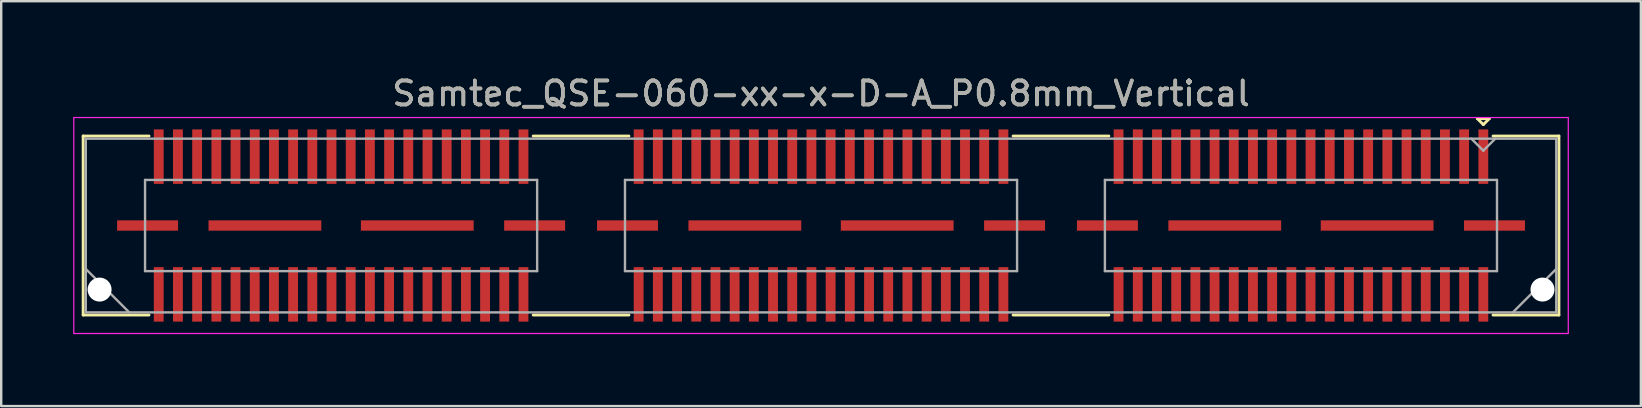
<source format=kicad_pcb>
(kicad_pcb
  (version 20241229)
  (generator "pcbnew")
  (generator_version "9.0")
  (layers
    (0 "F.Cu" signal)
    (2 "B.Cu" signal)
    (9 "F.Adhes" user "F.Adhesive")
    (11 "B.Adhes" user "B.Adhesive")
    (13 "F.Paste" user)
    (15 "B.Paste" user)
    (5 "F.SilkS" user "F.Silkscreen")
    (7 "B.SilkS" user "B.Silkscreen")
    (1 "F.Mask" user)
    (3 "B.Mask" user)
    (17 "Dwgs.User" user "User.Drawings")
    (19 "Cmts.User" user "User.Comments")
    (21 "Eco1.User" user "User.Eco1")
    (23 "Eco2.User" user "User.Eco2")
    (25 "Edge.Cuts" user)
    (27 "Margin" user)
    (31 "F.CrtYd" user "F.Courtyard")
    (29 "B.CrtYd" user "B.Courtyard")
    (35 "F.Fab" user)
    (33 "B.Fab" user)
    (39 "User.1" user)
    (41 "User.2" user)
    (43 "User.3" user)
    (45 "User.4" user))
  (footprint "Samtec_QSE-060-xx-x-D-A_P0.8mm_Vertical"
    (layer "F.Cu")
    (at 31.165 6.348)
    (property "Reference" "Samtec_QSE-060-xx-x-D-A_P0.8mm_Vertical" (at 0 -5.5 0) (layer "F.SilkS") (effects (font (size 1 1) (thickness 0.15))))
    (attr smd)
    (fp_line (start -30.75 -3.73) (end -28.005 -3.73) (stroke (width 0.12) (type solid)) (layer "F.SilkS"))
    (fp_line (start -30.75 3.73) (end -30.75 -3.73) (stroke (width 0.12) (type solid)) (layer "F.SilkS"))
    (fp_line (start -28.005 3.73) (end -30.75 3.73) (stroke (width 0.12) (type solid)) (layer "F.SilkS"))
    (fp_line (start -8.005 -3.73) (end -11.995 -3.73) (stroke (width 0.12) (type solid)) (layer "F.SilkS"))
    (fp_line (start -8.005 3.73) (end -11.995 3.73) (stroke (width 0.12) (type solid)) (layer "F.SilkS"))
    (fp_line (start 11.995 -3.73) (end 8.005 -3.73) (stroke (width 0.12) (type solid)) (layer "F.SilkS"))
    (fp_line (start 11.995 3.73) (end 8.005 3.73) (stroke (width 0.12) (type solid)) (layer "F.SilkS"))
    (fp_line (start 27.35 -4.455) (end 27.85 -4.455) (stroke (width 0.12) (type solid)) (layer "F.SilkS"))
    (fp_line (start 27.6 -4.205) (end 27.35 -4.455) (stroke (width 0.12) (type solid)) (layer "F.SilkS"))
    (fp_line (start 27.85 -4.455) (end 27.6 -4.205) (stroke (width 0.12) (type solid)) (layer "F.SilkS"))
    (fp_line (start 28.005 3.73) (end 30.75 3.73) (stroke (width 0.12) (type solid)) (layer "F.SilkS"))
    (fp_line (start 30.75 -3.73) (end 28.005 -3.73) (stroke (width 0.12) (type solid)) (layer "F.SilkS"))
    (fp_line (start 30.75 3.73) (end 30.75 -3.73) (stroke (width 0.12) (type solid)) (layer "F.SilkS"))
    (fp_line (start -31.14 -4.5) (end -31.14 4.5) (stroke (width 0.05) (type solid)) (layer "F.CrtYd"))
    (fp_line (start -31.14 4.5) (end 31.14 4.5) (stroke (width 0.05) (type solid)) (layer "F.CrtYd"))
    (fp_line (start 31.14 -4.5) (end -31.14 -4.5) (stroke (width 0.05) (type solid)) (layer "F.CrtYd"))
    (fp_line (start 31.14 4.5) (end 31.14 -4.5) (stroke (width 0.05) (type solid)) (layer "F.CrtYd"))
    (fp_line (start -30.64 -3.62) (end -30.64 3.62) (stroke (width 0.1) (type solid)) (layer "F.Fab"))
    (fp_line (start -30.64 1.81) (end -28.83 3.62) (stroke (width 0.1) (type solid)) (layer "F.Fab"))
    (fp_line (start -30.64 3.62) (end 30.64 3.62) (stroke (width 0.1) (type solid)) (layer "F.Fab"))
    (fp_line (start -28.17 -1.9) (end -28.17 1.9) (stroke (width 0.1) (type solid)) (layer "F.Fab"))
    (fp_line (start -28.17 1.9) (end -11.83 1.9) (stroke (width 0.1) (type solid)) (layer "F.Fab"))
    (fp_line (start -11.83 -1.9) (end -28.17 -1.9) (stroke (width 0.1) (type solid)) (layer "F.Fab"))
    (fp_line (start -11.83 1.9) (end -11.83 -1.9) (stroke (width 0.1) (type solid)) (layer "F.Fab"))
    (fp_line (start -8.17 -1.9) (end -8.17 1.9) (stroke (width 0.1) (type solid)) (layer "F.Fab"))
    (fp_line (start -8.17 1.9) (end 8.17 1.9) (stroke (width 0.1) (type solid)) (layer "F.Fab"))
    (fp_line (start 8.17 -1.9) (end -8.17 -1.9) (stroke (width 0.1) (type solid)) (layer "F.Fab"))
    (fp_line (start 8.17 1.9) (end 8.17 -1.9) (stroke (width 0.1) (type solid)) (layer "F.Fab"))
    (fp_line (start 11.83 -1.9) (end 11.83 1.9) (stroke (width 0.1) (type solid)) (layer "F.Fab"))
    (fp_line (start 11.83 1.9) (end 28.17 1.9) (stroke (width 0.1) (type solid)) (layer "F.Fab"))
    (fp_line (start 27.6 -3.12) (end 27.1 -3.62) (stroke (width 0.1) (type solid)) (layer "F.Fab"))
    (fp_line (start 28.1 -3.62) (end 27.6 -3.12) (stroke (width 0.1) (type solid)) (layer "F.Fab"))
    (fp_line (start 28.17 -1.9) (end 11.83 -1.9) (stroke (width 0.1) (type solid)) (layer "F.Fab"))
    (fp_line (start 28.17 1.9) (end 28.17 -1.9) (stroke (width 0.1) (type solid)) (layer "F.Fab"))
    (fp_line (start 30.64 -3.62) (end -30.64 -3.62) (stroke (width 0.1) (type solid)) (layer "F.Fab"))
    (fp_line (start 30.64 1.81) (end 28.83 3.62) (stroke (width 0.1) (type solid)) (layer "F.Fab"))
    (fp_line (start 30.64 3.62) (end 30.64 -3.62) (stroke (width 0.1) (type solid)) (layer "F.Fab"))
    (fp_text user "${REFERENCE}" (at 0 -5.5 0) (layer "F.Fab") (effects (font (size 1 1) (thickness 0.15))))
    (pad "" np_thru_hole circle (at -30.065 2.67) (size 1 1) (drill 1) (layers "*.Cu" "*.Mask"))
    (pad "" np_thru_hole circle (at 30.065 2.67) (size 1 1) (drill 1) (layers "*.Cu" "*.Mask"))
    (pad "1" smd rect (at 27.6 -2.87) (size 0.41 2.27) (layers "F.Cu" "F.Mask" "F.Paste"))
    (pad "2" smd rect (at 27.6 2.87) (size 0.41 2.27) (layers "F.Cu" "F.Mask" "F.Paste"))
    (pad "3" smd rect (at 26.8 -2.87) (size 0.41 2.27) (layers "F.Cu" "F.Mask" "F.Paste"))
    (pad "4" smd rect (at 26.8 2.87) (size 0.41 2.27) (layers "F.Cu" "F.Mask" "F.Paste"))
    (pad "5" smd rect (at 26 -2.87) (size 0.41 2.27) (layers "F.Cu" "F.Mask" "F.Paste"))
    (pad "6" smd rect (at 26 2.87) (size 0.41 2.27) (layers "F.Cu" "F.Mask" "F.Paste"))
    (pad "7" smd rect (at 25.2 -2.87) (size 0.41 2.27) (layers "F.Cu" "F.Mask" "F.Paste"))
    (pad "8" smd rect (at 25.2 2.87) (size 0.41 2.27) (layers "F.Cu" "F.Mask" "F.Paste"))
    (pad "9" smd rect (at 24.4 -2.87) (size 0.41 2.27) (layers "F.Cu" "F.Mask" "F.Paste"))
    (pad "10" smd rect (at 24.4 2.87) (size 0.41 2.27) (layers "F.Cu" "F.Mask" "F.Paste"))
    (pad "11" smd rect (at 23.6 -2.87) (size 0.41 2.27) (layers "F.Cu" "F.Mask" "F.Paste"))
    (pad "12" smd rect (at 23.6 2.87) (size 0.41 2.27) (layers "F.Cu" "F.Mask" "F.Paste"))
    (pad "13" smd rect (at 22.8 -2.87) (size 0.41 2.27) (layers "F.Cu" "F.Mask" "F.Paste"))
    (pad "14" smd rect (at 22.8 2.87) (size 0.41 2.27) (layers "F.Cu" "F.Mask" "F.Paste"))
    (pad "15" smd rect (at 22 -2.87) (size 0.41 2.27) (layers "F.Cu" "F.Mask" "F.Paste"))
    (pad "16" smd rect (at 22 2.87) (size 0.41 2.27) (layers "F.Cu" "F.Mask" "F.Paste"))
    (pad "17" smd rect (at 21.2 -2.87) (size 0.41 2.27) (layers "F.Cu" "F.Mask" "F.Paste"))
    (pad "18" smd rect (at 21.2 2.87) (size 0.41 2.27) (layers "F.Cu" "F.Mask" "F.Paste"))
    (pad "19" smd rect (at 20.4 -2.87) (size 0.41 2.27) (layers "F.Cu" "F.Mask" "F.Paste"))
    (pad "20" smd rect (at 20.4 2.87) (size 0.41 2.27) (layers "F.Cu" "F.Mask" "F.Paste"))
    (pad "21" smd rect (at 19.6 -2.87) (size 0.41 2.27) (layers "F.Cu" "F.Mask" "F.Paste"))
    (pad "22" smd rect (at 19.6 2.87) (size 0.41 2.27) (layers "F.Cu" "F.Mask" "F.Paste"))
    (pad "23" smd rect (at 18.8 -2.87) (size 0.41 2.27) (layers "F.Cu" "F.Mask" "F.Paste"))
    (pad "24" smd rect (at 18.8 2.87) (size 0.41 2.27) (layers "F.Cu" "F.Mask" "F.Paste"))
    (pad "25" smd rect (at 18 -2.87) (size 0.41 2.27) (layers "F.Cu" "F.Mask" "F.Paste"))
    (pad "26" smd rect (at 18 2.87) (size 0.41 2.27) (layers "F.Cu" "F.Mask" "F.Paste"))
    (pad "27" smd rect (at 17.2 -2.87) (size 0.41 2.27) (layers "F.Cu" "F.Mask" "F.Paste"))
    (pad "28" smd rect (at 17.2 2.87) (size 0.41 2.27) (layers "F.Cu" "F.Mask" "F.Paste"))
    (pad "29" smd rect (at 16.4 -2.87) (size 0.41 2.27) (layers "F.Cu" "F.Mask" "F.Paste"))
    (pad "30" smd rect (at 16.4 2.87) (size 0.41 2.27) (layers "F.Cu" "F.Mask" "F.Paste"))
    (pad "31" smd rect (at 15.6 -2.87) (size 0.41 2.27) (layers "F.Cu" "F.Mask" "F.Paste"))
    (pad "32" smd rect (at 15.6 2.87) (size 0.41 2.27) (layers "F.Cu" "F.Mask" "F.Paste"))
    (pad "33" smd rect (at 14.8 -2.87) (size 0.41 2.27) (layers "F.Cu" "F.Mask" "F.Paste"))
    (pad "34" smd rect (at 14.8 2.87) (size 0.41 2.27) (layers "F.Cu" "F.Mask" "F.Paste"))
    (pad "35" smd rect (at 14 -2.87) (size 0.41 2.27) (layers "F.Cu" "F.Mask" "F.Paste"))
    (pad "36" smd rect (at 14 2.87) (size 0.41 2.27) (layers "F.Cu" "F.Mask" "F.Paste"))
    (pad "37" smd rect (at 13.2 -2.87) (size 0.41 2.27) (layers "F.Cu" "F.Mask" "F.Paste"))
    (pad "38" smd rect (at 13.2 2.87) (size 0.41 2.27) (layers "F.Cu" "F.Mask" "F.Paste"))
    (pad "39" smd rect (at 12.4 -2.87) (size 0.41 2.27) (layers "F.Cu" "F.Mask" "F.Paste"))
    (pad "40" smd rect (at 12.4 2.87) (size 0.41 2.27) (layers "F.Cu" "F.Mask" "F.Paste"))
    (pad "41" smd rect (at 7.6 -2.87) (size 0.41 2.27) (layers "F.Cu" "F.Mask" "F.Paste"))
    (pad "42" smd rect (at 7.6 2.87) (size 0.41 2.27) (layers "F.Cu" "F.Mask" "F.Paste"))
    (pad "43" smd rect (at 6.8 -2.87) (size 0.41 2.27) (layers "F.Cu" "F.Mask" "F.Paste"))
    (pad "44" smd rect (at 6.8 2.87) (size 0.41 2.27) (layers "F.Cu" "F.Mask" "F.Paste"))
    (pad "45" smd rect (at 6 -2.87) (size 0.41 2.27) (layers "F.Cu" "F.Mask" "F.Paste"))
    (pad "46" smd rect (at 6 2.87) (size 0.41 2.27) (layers "F.Cu" "F.Mask" "F.Paste"))
    (pad "47" smd rect (at 5.2 -2.87) (size 0.41 2.27) (layers "F.Cu" "F.Mask" "F.Paste"))
    (pad "48" smd rect (at 5.2 2.87) (size 0.41 2.27) (layers "F.Cu" "F.Mask" "F.Paste"))
    (pad "49" smd rect (at 4.4 -2.87) (size 0.41 2.27) (layers "F.Cu" "F.Mask" "F.Paste"))
    (pad "50" smd rect (at 4.4 2.87) (size 0.41 2.27) (layers "F.Cu" "F.Mask" "F.Paste"))
    (pad "51" smd rect (at 3.6 -2.87) (size 0.41 2.27) (layers "F.Cu" "F.Mask" "F.Paste"))
    (pad "52" smd rect (at 3.6 2.87) (size 0.41 2.27) (layers "F.Cu" "F.Mask" "F.Paste"))
    (pad "53" smd rect (at 2.8 -2.87) (size 0.41 2.27) (layers "F.Cu" "F.Mask" "F.Paste"))
    (pad "54" smd rect (at 2.8 2.87) (size 0.41 2.27) (layers "F.Cu" "F.Mask" "F.Paste"))
    (pad "55" smd rect (at 2 -2.87) (size 0.41 2.27) (layers "F.Cu" "F.Mask" "F.Paste"))
    (pad "56" smd rect (at 2 2.87) (size 0.41 2.27) (layers "F.Cu" "F.Mask" "F.Paste"))
    (pad "57" smd rect (at 1.2 -2.87) (size 0.41 2.27) (layers "F.Cu" "F.Mask" "F.Paste"))
    (pad "58" smd rect (at 1.2 2.87) (size 0.41 2.27) (layers "F.Cu" "F.Mask" "F.Paste"))
    (pad "59" smd rect (at 0.4 -2.87) (size 0.41 2.27) (layers "F.Cu" "F.Mask" "F.Paste"))
    (pad "60" smd rect (at 0.4 2.87) (size 0.41 2.27) (layers "F.Cu" "F.Mask" "F.Paste"))
    (pad "61" smd rect (at -0.4 -2.87) (size 0.41 2.27) (layers "F.Cu" "F.Mask" "F.Paste"))
    (pad "62" smd rect (at -0.4 2.87) (size 0.41 2.27) (layers "F.Cu" "F.Mask" "F.Paste"))
    (pad "63" smd rect (at -1.2 -2.87) (size 0.41 2.27) (layers "F.Cu" "F.Mask" "F.Paste"))
    (pad "64" smd rect (at -1.2 2.87) (size 0.41 2.27) (layers "F.Cu" "F.Mask" "F.Paste"))
    (pad "65" smd rect (at -2 -2.87) (size 0.41 2.27) (layers "F.Cu" "F.Mask" "F.Paste"))
    (pad "66" smd rect (at -2 2.87) (size 0.41 2.27) (layers "F.Cu" "F.Mask" "F.Paste"))
    (pad "67" smd rect (at -2.8 -2.87) (size 0.41 2.27) (layers "F.Cu" "F.Mask" "F.Paste"))
    (pad "68" smd rect (at -2.8 2.87) (size 0.41 2.27) (layers "F.Cu" "F.Mask" "F.Paste"))
    (pad "69" smd rect (at -3.6 -2.87) (size 0.41 2.27) (layers "F.Cu" "F.Mask" "F.Paste"))
    (pad "70" smd rect (at -3.6 2.87) (size 0.41 2.27) (layers "F.Cu" "F.Mask" "F.Paste"))
    (pad "71" smd rect (at -4.4 -2.87) (size 0.41 2.27) (layers "F.Cu" "F.Mask" "F.Paste"))
    (pad "72" smd rect (at -4.4 2.87) (size 0.41 2.27) (layers "F.Cu" "F.Mask" "F.Paste"))
    (pad "73" smd rect (at -5.2 -2.87) (size 0.41 2.27) (layers "F.Cu" "F.Mask" "F.Paste"))
    (pad "74" smd rect (at -5.2 2.87) (size 0.41 2.27) (layers "F.Cu" "F.Mask" "F.Paste"))
    (pad "75" smd rect (at -6 -2.87) (size 0.41 2.27) (layers "F.Cu" "F.Mask" "F.Paste"))
    (pad "76" smd rect (at -6 2.87) (size 0.41 2.27) (layers "F.Cu" "F.Mask" "F.Paste"))
    (pad "77" smd rect (at -6.8 -2.87) (size 0.41 2.27) (layers "F.Cu" "F.Mask" "F.Paste"))
    (pad "78" smd rect (at -6.8 2.87) (size 0.41 2.27) (layers "F.Cu" "F.Mask" "F.Paste"))
    (pad "79" smd rect (at -7.6 -2.87) (size 0.41 2.27) (layers "F.Cu" "F.Mask" "F.Paste"))
    (pad "80" smd rect (at -7.6 2.87) (size 0.41 2.27) (layers "F.Cu" "F.Mask" "F.Paste"))
    (pad "81" smd rect (at -12.4 -2.87) (size 0.41 2.27) (layers "F.Cu" "F.Mask" "F.Paste"))
    (pad "82" smd rect (at -12.4 2.87) (size 0.41 2.27) (layers "F.Cu" "F.Mask" "F.Paste"))
    (pad "83" smd rect (at -13.2 -2.87) (size 0.41 2.27) (layers "F.Cu" "F.Mask" "F.Paste"))
    (pad "84" smd rect (at -13.2 2.87) (size 0.41 2.27) (layers "F.Cu" "F.Mask" "F.Paste"))
    (pad "85" smd rect (at -14 -2.87) (size 0.41 2.27) (layers "F.Cu" "F.Mask" "F.Paste"))
    (pad "86" smd rect (at -14 2.87) (size 0.41 2.27) (layers "F.Cu" "F.Mask" "F.Paste"))
    (pad "87" smd rect (at -14.8 -2.87) (size 0.41 2.27) (layers "F.Cu" "F.Mask" "F.Paste"))
    (pad "88" smd rect (at -14.8 2.87) (size 0.41 2.27) (layers "F.Cu" "F.Mask" "F.Paste"))
    (pad "89" smd rect (at -15.6 -2.87) (size 0.41 2.27) (layers "F.Cu" "F.Mask" "F.Paste"))
    (pad "90" smd rect (at -15.6 2.87) (size 0.41 2.27) (layers "F.Cu" "F.Mask" "F.Paste"))
    (pad "91" smd rect (at -16.4 -2.87) (size 0.41 2.27) (layers "F.Cu" "F.Mask" "F.Paste"))
    (pad "92" smd rect (at -16.4 2.87) (size 0.41 2.27) (layers "F.Cu" "F.Mask" "F.Paste"))
    (pad "93" smd rect (at -17.2 -2.87) (size 0.41 2.27) (layers "F.Cu" "F.Mask" "F.Paste"))
    (pad "94" smd rect (at -17.2 2.87) (size 0.41 2.27) (layers "F.Cu" "F.Mask" "F.Paste"))
    (pad "95" smd rect (at -18 -2.87) (size 0.41 2.27) (layers "F.Cu" "F.Mask" "F.Paste"))
    (pad "96" smd rect (at -18 2.87) (size 0.41 2.27) (layers "F.Cu" "F.Mask" "F.Paste"))
    (pad "97" smd rect (at -18.8 -2.87) (size 0.41 2.27) (layers "F.Cu" "F.Mask" "F.Paste"))
    (pad "98" smd rect (at -18.8 2.87) (size 0.41 2.27) (layers "F.Cu" "F.Mask" "F.Paste"))
    (pad "99" smd rect (at -19.6 -2.87) (size 0.41 2.27) (layers "F.Cu" "F.Mask" "F.Paste"))
    (pad "100" smd rect (at -19.6 2.87) (size 0.41 2.27) (layers "F.Cu" "F.Mask" "F.Paste"))
    (pad "101" smd rect (at -20.4 -2.87) (size 0.41 2.27) (layers "F.Cu" "F.Mask" "F.Paste"))
    (pad "102" smd rect (at -20.4 2.87) (size 0.41 2.27) (layers "F.Cu" "F.Mask" "F.Paste"))
    (pad "103" smd rect (at -21.2 -2.87) (size 0.41 2.27) (layers "F.Cu" "F.Mask" "F.Paste"))
    (pad "104" smd rect (at -21.2 2.87) (size 0.41 2.27) (layers "F.Cu" "F.Mask" "F.Paste"))
    (pad "105" smd rect (at -22 -2.87) (size 0.41 2.27) (layers "F.Cu" "F.Mask" "F.Paste"))
    (pad "106" smd rect (at -22 2.87) (size 0.41 2.27) (layers "F.Cu" "F.Mask" "F.Paste"))
    (pad "107" smd rect (at -22.8 -2.87) (size 0.41 2.27) (layers "F.Cu" "F.Mask" "F.Paste"))
    (pad "108" smd rect (at -22.8 2.87) (size 0.41 2.27) (layers "F.Cu" "F.Mask" "F.Paste"))
    (pad "109" smd rect (at -23.6 -2.87) (size 0.41 2.27) (layers "F.Cu" "F.Mask" "F.Paste"))
    (pad "110" smd rect (at -23.6 2.87) (size 0.41 2.27) (layers "F.Cu" "F.Mask" "F.Paste"))
    (pad "111" smd rect (at -24.4 -2.87) (size 0.41 2.27) (layers "F.Cu" "F.Mask" "F.Paste"))
    (pad "112" smd rect (at -24.4 2.87) (size 0.41 2.27) (layers "F.Cu" "F.Mask" "F.Paste"))
    (pad "113" smd rect (at -25.2 -2.87) (size 0.41 2.27) (layers "F.Cu" "F.Mask" "F.Paste"))
    (pad "114" smd rect (at -25.2 2.87) (size 0.41 2.27) (layers "F.Cu" "F.Mask" "F.Paste"))
    (pad "115" smd rect (at -26 -2.87) (size 0.41 2.27) (layers "F.Cu" "F.Mask" "F.Paste"))
    (pad "116" smd rect (at -26 2.87) (size 0.41 2.27) (layers "F.Cu" "F.Mask" "F.Paste"))
    (pad "117" smd rect (at -26.8 -2.87) (size 0.41 2.27) (layers "F.Cu" "F.Mask" "F.Paste"))
    (pad "118" smd rect (at -26.8 2.87) (size 0.41 2.27) (layers "F.Cu" "F.Mask" "F.Paste"))
    (pad "119" smd rect (at -27.6 -2.87) (size 0.41 2.27) (layers "F.Cu" "F.Mask" "F.Paste"))
    (pad "120" smd rect (at -27.6 2.87) (size 0.41 2.27) (layers "F.Cu" "F.Mask" "F.Paste"))
    (pad "P1" smd rect (at 11.935 0) (size 2.54 0.43) (layers "F.Cu" "F.Mask" "F.Paste"))
    (pad "P1" smd rect (at 16.825 0) (size 4.7 0.43) (layers "F.Cu" "F.Mask" "F.Paste"))
    (pad "P1" smd rect (at 23.175 0) (size 4.7 0.43) (layers "F.Cu" "F.Mask" "F.Paste"))
    (pad "P1" smd rect (at 28.065 0) (size 2.54 0.43) (layers "F.Cu" "F.Mask" "F.Paste"))
    (pad "P2" smd rect (at -8.065 0) (size 2.54 0.43) (layers "F.Cu" "F.Mask" "F.Paste"))
    (pad "P2" smd rect (at -3.175 0) (size 4.7 0.43) (layers "F.Cu" "F.Mask" "F.Paste"))
    (pad "P2" smd rect (at 3.175 0) (size 4.7 0.43) (layers "F.Cu" "F.Mask" "F.Paste"))
    (pad "P2" smd rect (at 8.065 0) (size 2.54 0.43) (layers "F.Cu" "F.Mask" "F.Paste"))
    (pad "P3" smd rect (at -28.065 0) (size 2.54 0.43) (layers "F.Cu" "F.Mask" "F.Paste"))
    (pad "P3" smd rect (at -23.175 0) (size 4.7 0.43) (layers "F.Cu" "F.Mask" "F.Paste"))
    (pad "P3" smd rect (at -16.825 0) (size 4.7 0.43) (layers "F.Cu" "F.Mask" "F.Paste"))
    (pad "P3" smd rect (at -11.935 0) (size 2.54 0.43) (layers "F.Cu" "F.Mask" "F.Paste")))
  (gr_rect
    (start -3 -3)
    (end 65.33 13.873)
    (stroke (width 0.1) (type default))
    (fill no)
    (layer "Edge.Cuts")))
</source>
